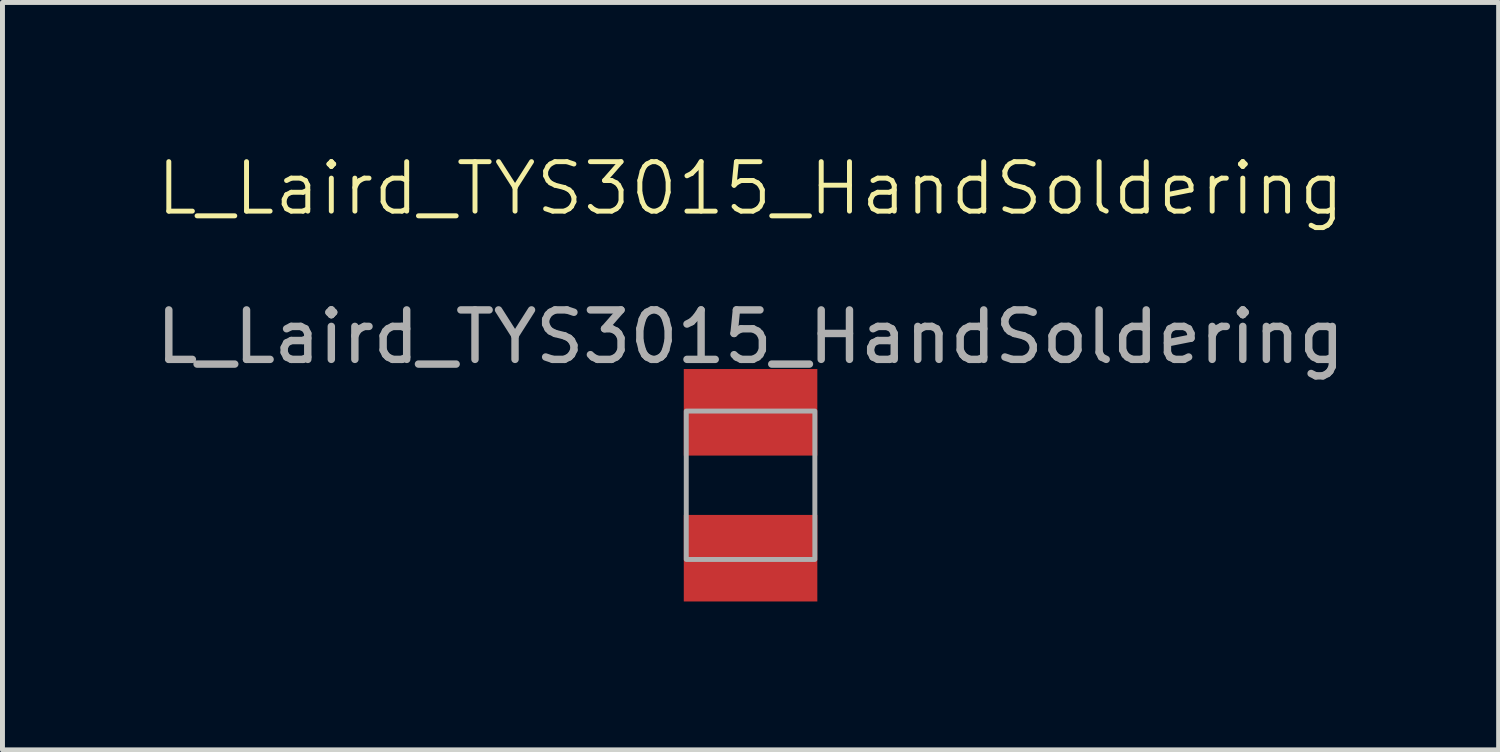
<source format=kicad_pcb>
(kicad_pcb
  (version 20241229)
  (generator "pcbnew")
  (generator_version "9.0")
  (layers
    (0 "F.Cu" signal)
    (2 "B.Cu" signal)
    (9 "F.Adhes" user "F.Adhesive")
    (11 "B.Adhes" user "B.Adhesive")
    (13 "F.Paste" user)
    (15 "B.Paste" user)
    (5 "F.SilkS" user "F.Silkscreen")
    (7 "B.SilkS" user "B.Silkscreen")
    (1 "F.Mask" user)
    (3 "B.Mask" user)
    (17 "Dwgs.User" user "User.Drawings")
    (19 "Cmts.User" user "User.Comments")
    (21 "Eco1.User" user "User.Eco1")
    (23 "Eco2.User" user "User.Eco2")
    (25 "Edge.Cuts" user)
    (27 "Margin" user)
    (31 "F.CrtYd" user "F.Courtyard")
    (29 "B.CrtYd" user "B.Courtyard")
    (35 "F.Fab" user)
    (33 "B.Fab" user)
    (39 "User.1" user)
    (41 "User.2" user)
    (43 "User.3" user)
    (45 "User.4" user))
  (footprint "L_Laird_TYS3015_HandSoldering"
    (layer "F.Cu")
    (at 12.125 6.761)
    (property "Reference" "L_Laird_TYS3015_HandSoldering" (at 0 -6 0) (unlocked yes) (layer "F.SilkS") (effects (font (size 1 1) (thickness 0.1))))
    (attr smd)
    (fp_rect (start -1.3 -1.5) (end 1.3 1.5) (stroke (width 0.1) (type default)) (fill no) (layer "F.Fab"))
    (fp_text user "${REFERENCE}" (at 0 -3 0) (unlocked yes) (layer "F.Fab") (effects (font (size 1 1) (thickness 0.15))))
    (pad "1" smd rect (at 0 -1.475) (size 2.7 1.75) (layers "F.Cu" "F.Mask" "F.Paste"))
    (pad "2" smd rect (at 0 1.475) (size 2.7 1.75) (layers "F.Cu" "F.Mask" "F.Paste")))
  (gr_rect
    (start -3 -3)
    (end 27.25 12.111)
    (stroke (width 0.1) (type default))
    (fill no)
    (layer "Edge.Cuts")))
</source>
